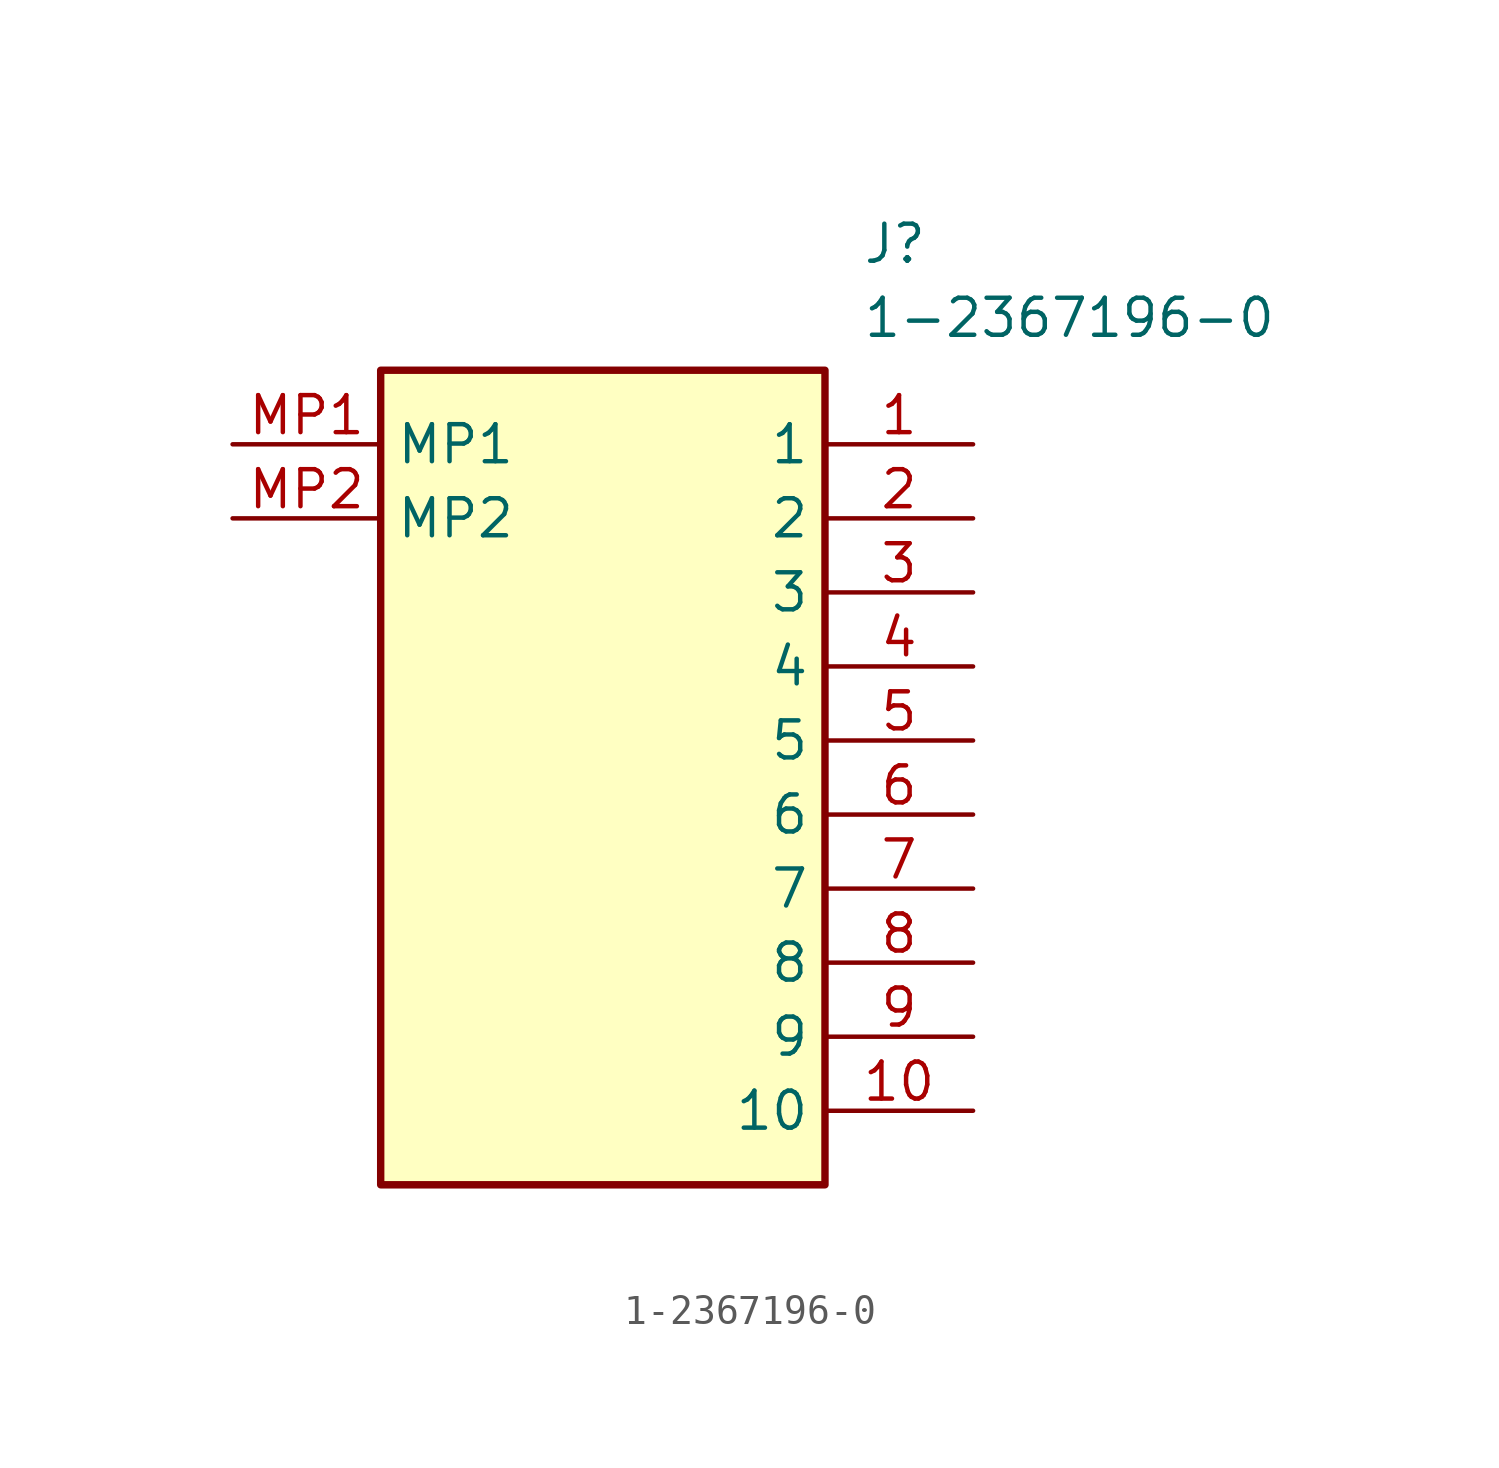
<source format=kicad_sym>
(kicad_symbol_lib
  (version 20211014)
  (generator SamacSys_ECAD_Model)
  (symbol "1-2367196-0"
    (property "Reference" "J"
      (at 21.59 7.62 0)
      (effects (font (size 1.27 1.27)) (justify left top)))
    (property "Value" "1-2367196-0"
      (at 21.59 5.08 0)
      (effects (font (size 1.27 1.27)) (justify left top)))
    (rectangle
      (start 5.08 2.54)
      (end 20.32 -25.4)
      (stroke (width 0.254) (type default))
      (fill (type background)))
    (pin passive line
      (at 25.4 0 180)
      (length 5.08)
      (name "1" (effects (font (size 1.27 1.27))))
      (number "1" (effects (font (size 1.27 1.27)))))
    (pin passive line
      (at 25.4 -2.54 180)
      (length 5.08)
      (name "2" (effects (font (size 1.27 1.27))))
      (number "2" (effects (font (size 1.27 1.27)))))
    (pin passive line
      (at 25.4 -5.08 180)
      (length 5.08)
      (name "3" (effects (font (size 1.27 1.27))))
      (number "3" (effects (font (size 1.27 1.27)))))
    (pin passive line
      (at 25.4 -7.62 180)
      (length 5.08)
      (name "4" (effects (font (size 1.27 1.27))))
      (number "4" (effects (font (size 1.27 1.27)))))
    (pin passive line
      (at 25.4 -10.16 180)
      (length 5.08)
      (name "5" (effects (font (size 1.27 1.27))))
      (number "5" (effects (font (size 1.27 1.27)))))
    (pin passive line
      (at 25.4 -12.7 180)
      (length 5.08)
      (name "6" (effects (font (size 1.27 1.27))))
      (number "6" (effects (font (size 1.27 1.27)))))
    (pin passive line
      (at 25.4 -15.24 180)
      (length 5.08)
      (name "7" (effects (font (size 1.27 1.27))))
      (number "7" (effects (font (size 1.27 1.27)))))
    (pin passive line
      (at 25.4 -17.78 180)
      (length 5.08)
      (name "8" (effects (font (size 1.27 1.27))))
      (number "8" (effects (font (size 1.27 1.27)))))
    (pin passive line
      (at 25.4 -20.32 180)
      (length 5.08)
      (name "9" (effects (font (size 1.27 1.27))))
      (number "9" (effects (font (size 1.27 1.27)))))
    (pin passive line
      (at 25.4 -22.86 180)
      (length 5.08)
      (name "10" (effects (font (size 1.27 1.27))))
      (number "10" (effects (font (size 1.27 1.27)))))
    (pin passive line
      (at 0 0 0)
      (length 5.08)
      (name "MP1" (effects (font (size 1.27 1.27))))
      (number "MP1" (effects (font (size 1.27 1.27)))))
    (pin passive line
      (at 0 -2.54 0)
      (length 5.08)
      (name "MP2" (effects (font (size 1.27 1.27))))
      (number "MP2" (effects (font (size 1.27 1.27)))))))
</source>
